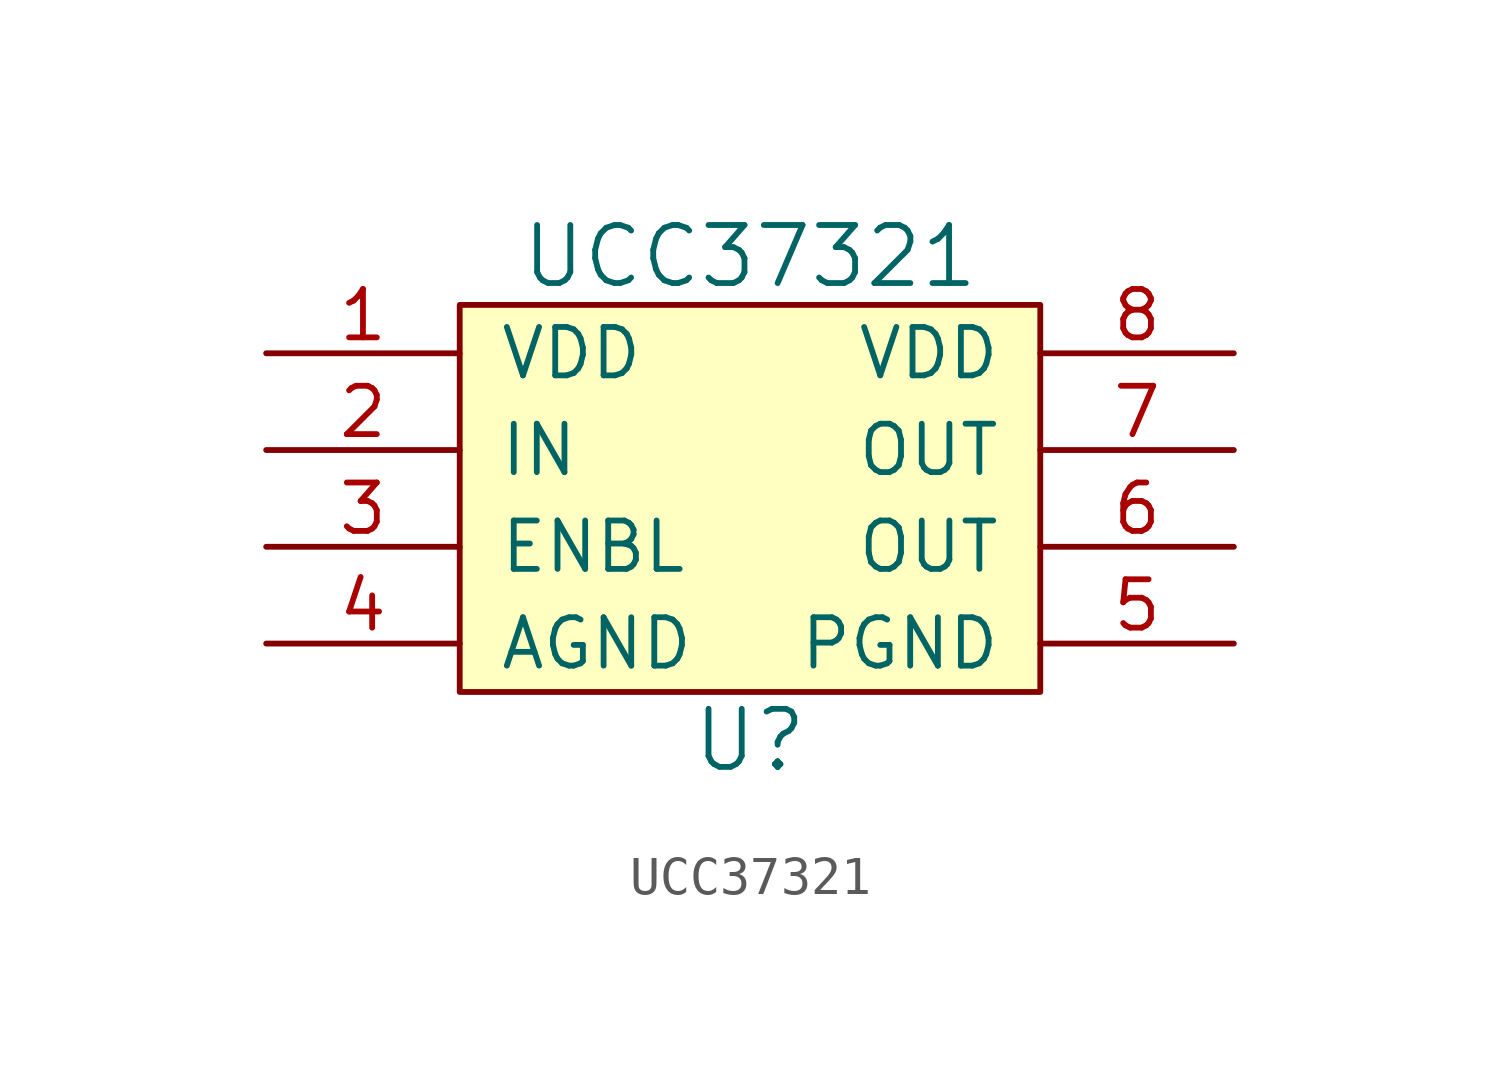
<source format=kicad_sym>
(kicad_symbol_lib
  (version 20211014)
  (generator kicad_symbol_editor)
  (symbol "UCC37321"
    (pin_names
      (offset 1.016))
    (property "Reference" "U"
      (at 0 -6.35 0)
      (effects (font (size 1.524 1.524))))
    (property "Value" "UCC37321"
      (at 0 6.35 0)
      (effects (font (size 1.524 1.524))))
    (symbol "UCC37321_0_1"
      (rectangle (start -7.62 5.08) (end 7.62 -5.08) (stroke (width 0) (type default) (color 0 0 0 0)) (fill (type background))))
    (symbol "UCC37321_1_1"
      (pin power_in line (at -12.7 3.81 0) (length 5.08) (name "VDD" (effects (font (size 1.27 1.27)))) (number "1" (effects (font (size 1.27 1.27)))))
      (pin input line (at -12.7 1.27 0) (length 5.08) (name "IN" (effects (font (size 1.27 1.27)))) (number "2" (effects (font (size 1.27 1.27)))))
      (pin input line (at -12.7 -1.27 0) (length 5.08) (name "ENBL" (effects (font (size 1.27 1.27)))) (number "3" (effects (font (size 1.27 1.27)))))
      (pin power_in line (at -12.7 -3.81 0) (length 5.08) (name "AGND" (effects (font (size 1.27 1.27)))) (number "4" (effects (font (size 1.27 1.27)))))
      (pin power_in line (at 12.7 -3.81 180) (length 5.08) (name "PGND" (effects (font (size 1.27 1.27)))) (number "5" (effects (font (size 1.27 1.27)))))
      (pin bidirectional line (at 12.7 -1.27 180) (length 5.08) (name "OUT" (effects (font (size 1.27 1.27)))) (number "6" (effects (font (size 1.27 1.27)))))
      (pin output line (at 12.7 1.27 180) (length 5.08) (name "OUT" (effects (font (size 1.27 1.27)))) (number "7" (effects (font (size 1.27 1.27)))))
      (pin power_in line (at 12.7 3.81 180) (length 5.08) (name "VDD" (effects (font (size 1.27 1.27)))) (number "8" (effects (font (size 1.27 1.27))))))))
</source>
